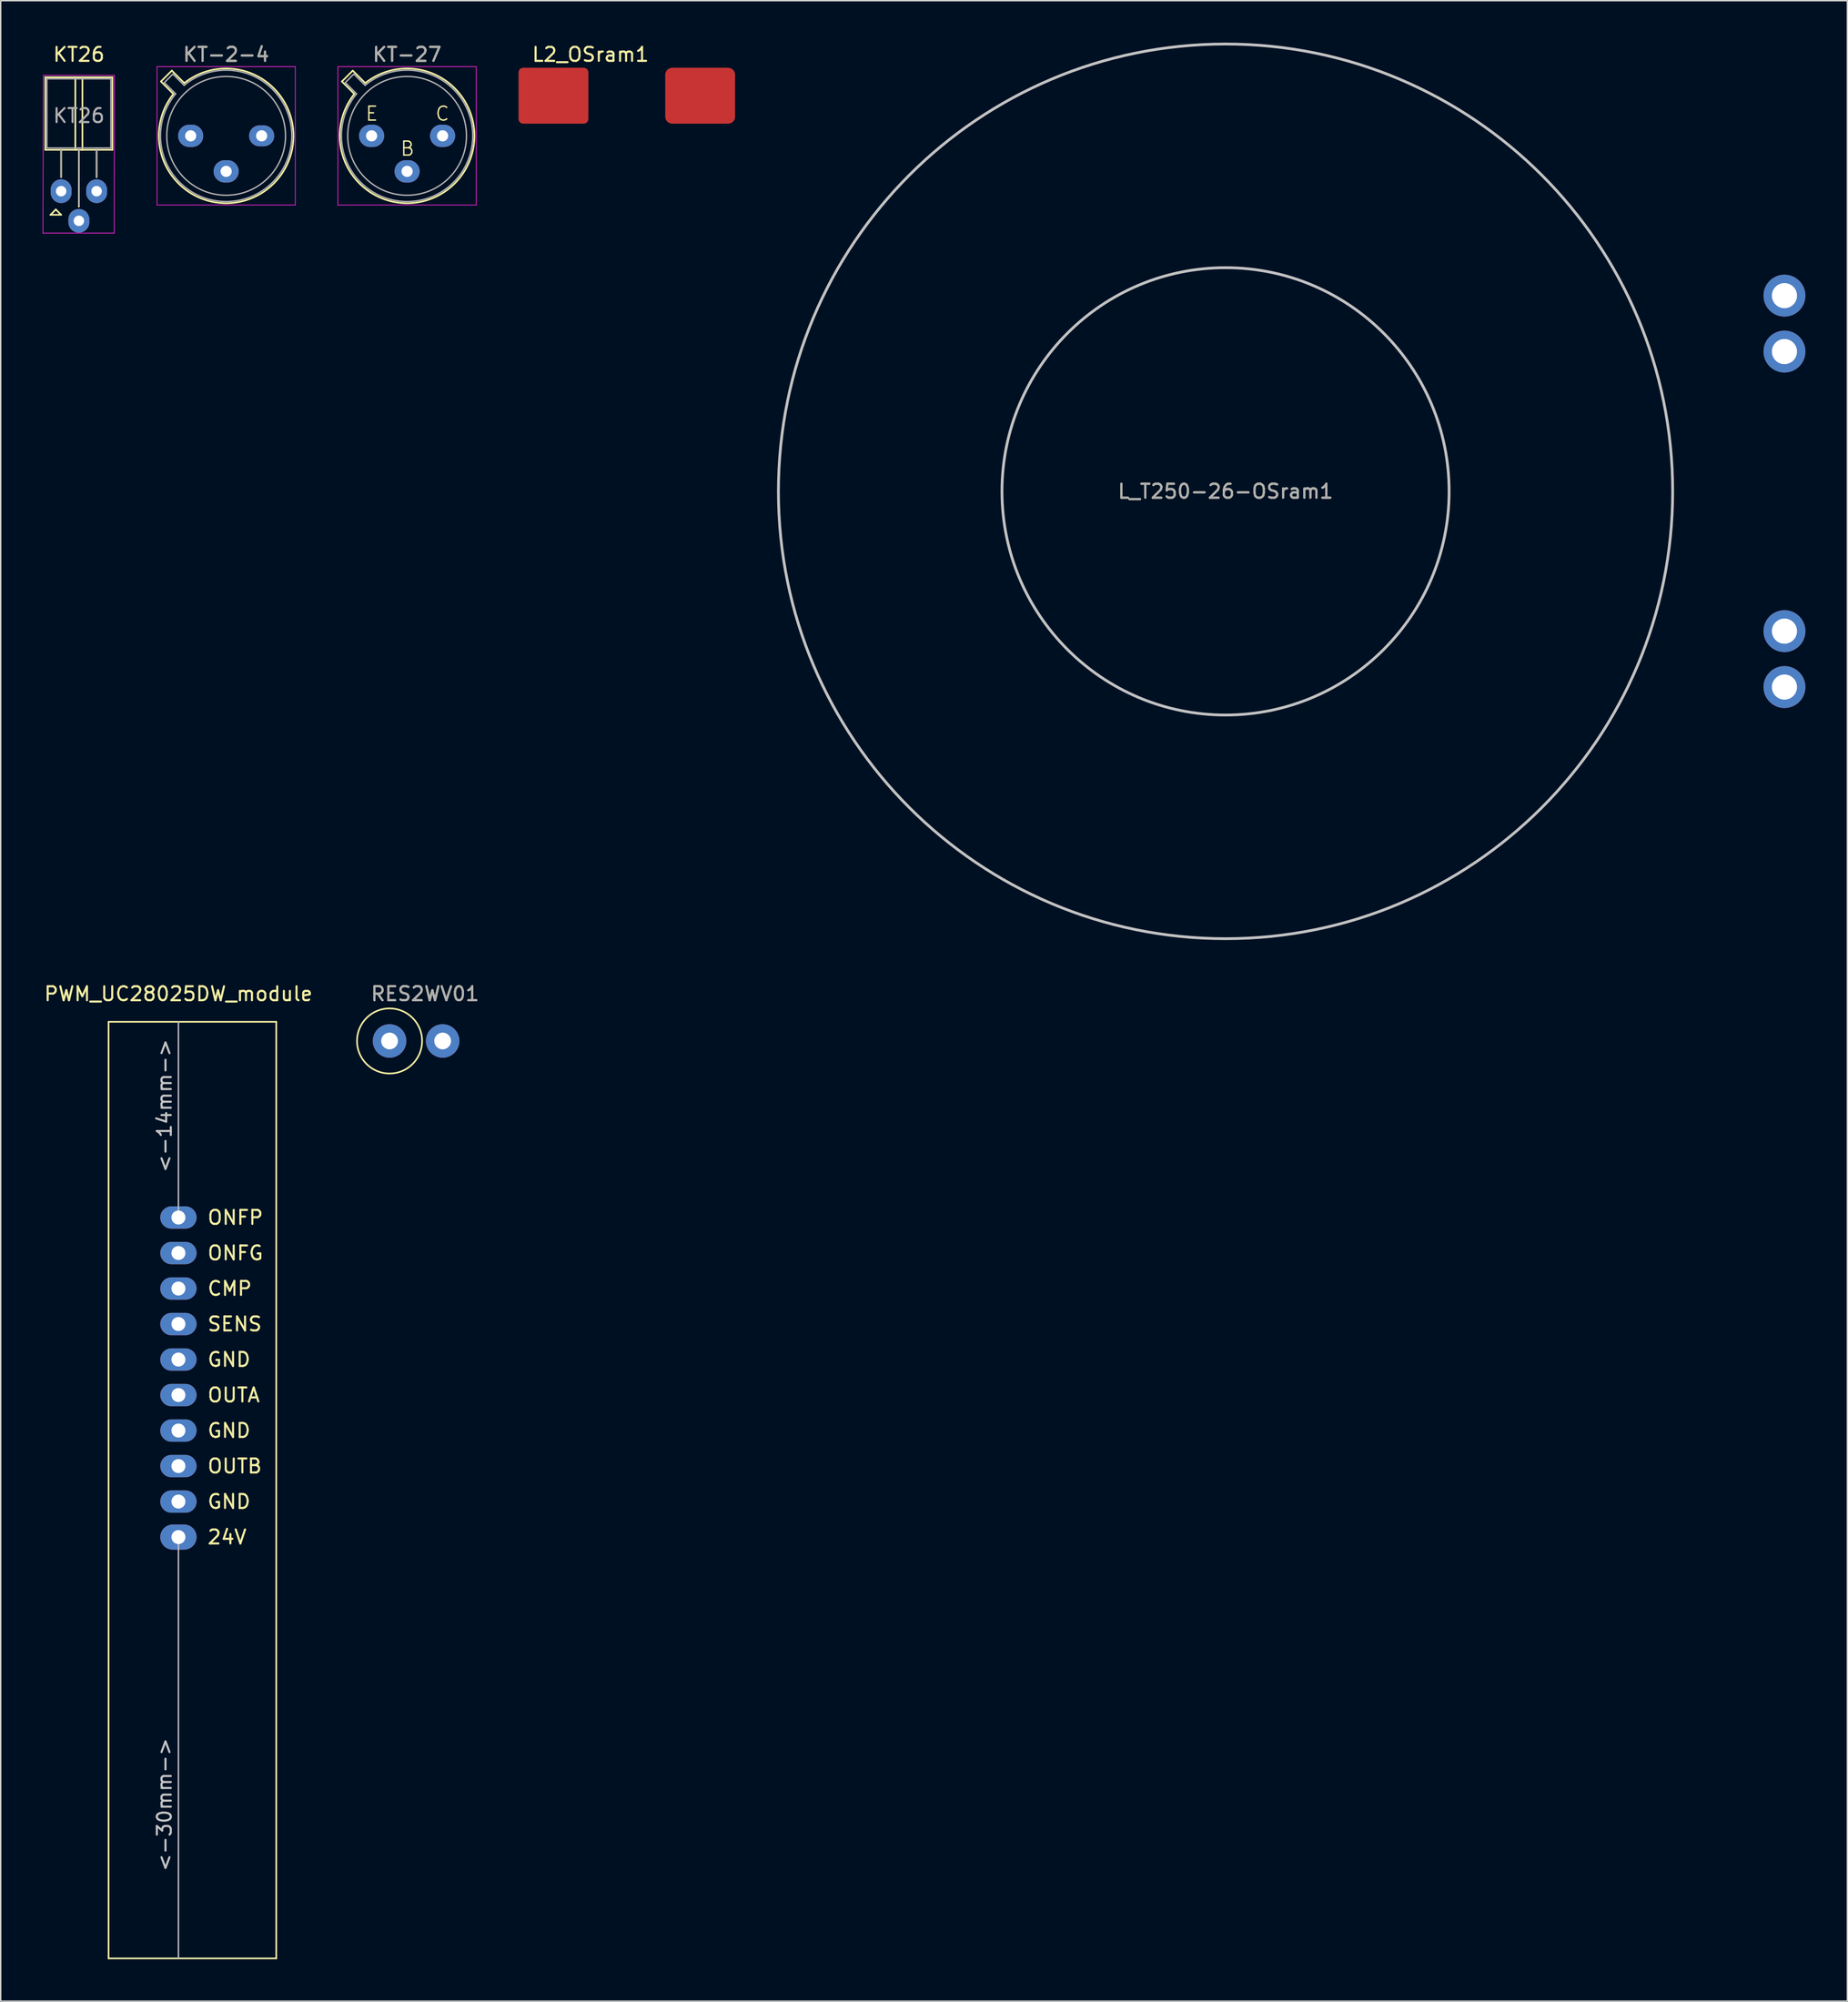
<source format=kicad_pcb>
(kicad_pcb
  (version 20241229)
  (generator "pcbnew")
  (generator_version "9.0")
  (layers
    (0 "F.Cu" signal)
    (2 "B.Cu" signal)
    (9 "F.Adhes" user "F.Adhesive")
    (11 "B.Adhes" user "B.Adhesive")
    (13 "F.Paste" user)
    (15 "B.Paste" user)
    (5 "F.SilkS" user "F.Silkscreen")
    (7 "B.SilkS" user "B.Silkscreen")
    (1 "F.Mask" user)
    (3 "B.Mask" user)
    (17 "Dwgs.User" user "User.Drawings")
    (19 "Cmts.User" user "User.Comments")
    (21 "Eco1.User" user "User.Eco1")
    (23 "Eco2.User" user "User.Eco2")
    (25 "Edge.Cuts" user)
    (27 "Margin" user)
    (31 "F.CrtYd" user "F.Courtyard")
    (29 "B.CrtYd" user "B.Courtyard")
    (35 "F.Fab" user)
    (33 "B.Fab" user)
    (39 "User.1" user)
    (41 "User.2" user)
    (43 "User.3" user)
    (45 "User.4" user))
  (footprint "L_T250-26-OSram1"
    (layer "F.Cu")
    (at 84.66 32.1)
    (property "Reference" "L_T250-26-OSram1" (at 0 0 0) (layer "F.SilkS") (effects (font (size 1 1) (thickness 0.15))))
    (attr through_hole)
    (fp_circle (center 0 0) (end 16 0) (stroke (width 0.2) (type default)) (fill no) (layer "Dwgs.User"))
    (fp_circle (center 0 0) (end 32 0) (stroke (width 0.2) (type default)) (fill no) (layer "Dwgs.User"))
    (fp_text user "${REFERENCE}" (at 0 0 0) (layer "F.Fab") (effects (font (size 1 1) (thickness 0.15))))
    (pad "1" thru_hole circle (at 40 10) (size 3 3) (drill 1.8) (layers "*.Cu" "*.Mask"))
    (pad "1" thru_hole circle (at 40 14) (size 3 3) (drill 1.8) (layers "*.Cu" "*.Mask"))
    (pad "2" thru_hole circle (at 40 -14) (size 3 3) (drill 1.8) (layers "*.Cu" "*.Mask"))
    (pad "2" thru_hole circle (at 40 -10) (size 3 3) (drill 1.8) (layers "*.Cu" "*.Mask")))
  (footprint "KT26"
    (layer "F.Cu")
    (at 1.325 10.627)
    (property "Reference" "KT26" (at 1.27 -9.779 0) (layer "F.SilkS") (effects (font (size 1 1) (thickness 0.15))))
    (attr through_hole)
    (fp_line (start -1.13 -8.15) (end -1.13 -2.96) (stroke (width 0.12) (type solid)) (layer "F.SilkS"))
    (fp_line (start -1.13 -2.96) (end 3.67 -2.96) (stroke (width 0.12) (type solid)) (layer "F.SilkS"))
    (fp_line (start -0.762 1.69) (end -0.381 1.31) (stroke (width 0.12) (type solid)) (layer "F.SilkS"))
    (fp_line (start -0.381 1.31) (end 0 1.69) (stroke (width 0.12) (type solid)) (layer "F.SilkS"))
    (fp_line (start 0 -1) (end 0 -2.96) (stroke (width 0.12) (type solid)) (layer "F.SilkS"))
    (fp_line (start 0 1.69) (end -0.762 1.69) (stroke (width 0.12) (type solid)) (layer "F.SilkS"))
    (fp_line (start 1.016 -2.96) (end 1.016 -8.04) (stroke (width 0.12) (type solid)) (layer "F.SilkS"))
    (fp_line (start 1.27 1.1) (end 1.27 -2.96) (stroke (width 0.12) (type solid)) (layer "F.SilkS"))
    (fp_line (start 1.524 -2.96) (end 1.524 -8.04) (stroke (width 0.12) (type solid)) (layer "F.SilkS"))
    (fp_line (start 2.54 -1) (end 2.54 -2.96) (stroke (width 0.12) (type solid)) (layer "F.SilkS"))
    (fp_line (start 3.67 -8.15) (end -1.13 -8.15) (stroke (width 0.12) (type solid)) (layer "F.SilkS"))
    (fp_line (start 3.67 -2.96) (end 3.67 -8.15) (stroke (width 0.12) (type solid)) (layer "F.SilkS"))
    (fp_line (start -1.27 -8.29) (end -1.3 3) (stroke (width 0.05) (type solid)) (layer "F.CrtYd"))
    (fp_line (start -1.27 -8.29) (end 3.81 -8.29) (stroke (width 0.05) (type solid)) (layer "F.CrtYd"))
    (fp_line (start 3.8 3) (end -1.3 3) (stroke (width 0.05) (type solid)) (layer "F.CrtYd"))
    (fp_line (start 3.8 3) (end 3.81 -8.29) (stroke (width 0.05) (type solid)) (layer "F.CrtYd"))
    (fp_line (start -1.02 -8.04) (end -1.02 -3.09) (stroke (width 0.1) (type solid)) (layer "F.Fab"))
    (fp_line (start -1.02 -3.09) (end 3.56 -3.09) (stroke (width 0.1) (type solid)) (layer "F.Fab"))
    (fp_line (start 0 -3.09) (end 0 -1) (stroke (width 0.1) (type solid)) (layer "F.Fab"))
    (fp_line (start 1.27 -3.09) (end 1.27 1) (stroke (width 0.1) (type solid)) (layer "F.Fab"))
    (fp_line (start 2.54 -3.09) (end 2.54 -1) (stroke (width 0.1) (type solid)) (layer "F.Fab"))
    (fp_line (start 3.56 -8.04) (end -1.02 -8.04) (stroke (width 0.1) (type solid)) (layer "F.Fab"))
    (fp_line (start 3.56 -3.09) (end 3.56 -8.04) (stroke (width 0.1) (type solid)) (layer "F.Fab"))
    (fp_text user "${REFERENCE}" (at 1.27 -5.4 0) (layer "F.Fab") (effects (font (size 1 1) (thickness 0.15))))
    (pad "1" thru_hole oval (at 2.54 0 270) (size 1.7 1.5) (drill 0.75) (layers "*.Cu" "*.Mask"))
    (pad "2" thru_hole oval (at 1.27 2.12 270) (size 1.7 1.5) (drill 0.75) (layers "*.Cu" "*.Mask"))
    (pad "3" thru_hole oval (at 0 0 270) (size 1.7 1.5) (drill 0.75) (layers "*.Cu" "*.Mask")))
  (footprint "KT-2-4"
    (layer "F.Cu")
    (at 10.595 6.668)
    (property "Reference" "KT-2-4" (at 2.54 -5.82 0) (layer "F.SilkS") (effects (font (size 1 1) (thickness 0.15))))
    (attr through_hole)
    (fp_line (start -2.126 -3.888) (end -1.235 -2.997) (stroke (width 0.12) (type solid)) (layer "F.SilkS"))
    (fp_line (start -1.348 -4.666) (end -2.126 -3.888) (stroke (width 0.12) (type solid)) (layer "F.SilkS"))
    (fp_line (start -0.457 -3.775) (end -1.348 -4.666) (stroke (width 0.12) (type solid)) (layer "F.SilkS"))
    (fp_arc (start -0.457084 -3.774902) (mid 5.948125 3.408384) (end -1.234674 -2.997371) (stroke (width 0.12) (type solid)) (layer "F.SilkS"))
    (fp_line (start -2.41 -4.95) (end -2.41 4.95) (stroke (width 0.05) (type solid)) (layer "F.CrtYd"))
    (fp_line (start -2.41 4.95) (end 7.49 4.95) (stroke (width 0.05) (type solid)) (layer "F.CrtYd"))
    (fp_line (start 7.49 -4.95) (end -2.41 -4.95) (stroke (width 0.05) (type solid)) (layer "F.CrtYd"))
    (fp_line (start 7.49 4.95) (end 7.49 -4.95) (stroke (width 0.05) (type solid)) (layer "F.CrtYd"))
    (fp_line (start -1.88 -3.812) (end -1.074 -3.005) (stroke (width 0.1) (type solid)) (layer "F.Fab"))
    (fp_line (start -1.272 -4.42) (end -1.88 -3.812) (stroke (width 0.1) (type solid)) (layer "F.Fab"))
    (fp_line (start -0.465 -3.614) (end -1.272 -4.42) (stroke (width 0.1) (type solid)) (layer "F.Fab"))
    (fp_arc (start -0.465408 -3.61352) (mid 5.863443 3.323361) (end -1.073594 -3.005319) (stroke (width 0.1) (type solid)) (layer "F.Fab"))
    (fp_circle (center 2.54 0) (end 6.79 0) (stroke (width 0.1) (type solid)) (fill no) (layer "F.Fab"))
    (fp_text user "${REFERENCE}" (at 2.54 -5.82 0) (layer "F.Fab") (effects (font (size 1 1) (thickness 0.15))))
    (pad "1" thru_hole oval (at 5.08 0) (size 1.8 1.5) (drill 0.8) (layers "*.Cu" "*.Mask"))
    (pad "2" thru_hole oval (at 2.54 2.54) (size 1.8 1.6) (drill 0.8) (layers "*.Cu" "*.Mask"))
    (pad "3" thru_hole oval (at 0 0) (size 1.8 1.6) (drill 0.8) (layers "*.Cu" "*.Mask")))
  (footprint "RES2WV01"
    (layer "F.Cu")
    (at 24.83 71.418)
    (property "Reference" "RES2WV01" (at 2.54 -3.37 0) (layer "F.SilkS") (effects (font (size 1 1) (thickness 0.15))))
    (attr through_hole)
    (fp_circle (center 0 0) (end 2.33 0) (stroke (width 0.12) (type solid)) (fill no) (layer "F.SilkS"))
    (fp_text user "${REFERENCE}" (at 2.54 -3.37 0) (layer "F.Fab") (effects (font (size 1 1) (thickness 0.15))))
    (pad "1" thru_hole circle (at 0 0) (size 2.4 2.4) (drill 1.2) (layers "*.Cu" "*.Mask"))
    (pad "2" thru_hole oval (at 3.8 0) (size 2.4 2.4) (drill 1.2) (layers "*.Cu" "*.Mask")))
  (footprint "KT-27"
    (layer "F.Cu")
    (at 23.545 6.668)
    (property "Reference" "KT-27" (at 2.54 -5.82 0) (layer "F.SilkS") (effects (font (size 1 1) (thickness 0.15))))
    (attr through_hole)
    (fp_line (start -2.126 -3.888) (end -1.235 -2.997) (stroke (width 0.12) (type solid)) (layer "F.SilkS"))
    (fp_line (start -1.348 -4.666) (end -2.126 -3.888) (stroke (width 0.12) (type solid)) (layer "F.SilkS"))
    (fp_line (start -0.457 -3.775) (end -1.348 -4.666) (stroke (width 0.12) (type solid)) (layer "F.SilkS"))
    (fp_arc (start -0.457084 -3.774902) (mid 5.948125 3.408384) (end -1.234674 -2.997371) (stroke (width 0.12) (type solid)) (layer "F.SilkS"))
    (fp_line (start -2.41 -4.95) (end -2.41 4.95) (stroke (width 0.05) (type solid)) (layer "F.CrtYd"))
    (fp_line (start -2.41 4.95) (end 7.49 4.95) (stroke (width 0.05) (type solid)) (layer "F.CrtYd"))
    (fp_line (start 7.49 -4.95) (end -2.41 -4.95) (stroke (width 0.05) (type solid)) (layer "F.CrtYd"))
    (fp_line (start 7.49 4.95) (end 7.49 -4.95) (stroke (width 0.05) (type solid)) (layer "F.CrtYd"))
    (fp_line (start -1.88 -3.812) (end -1.074 -3.005) (stroke (width 0.1) (type solid)) (layer "F.Fab"))
    (fp_line (start -1.272 -4.42) (end -1.88 -3.812) (stroke (width 0.1) (type solid)) (layer "F.Fab"))
    (fp_line (start -0.465 -3.614) (end -1.272 -4.42) (stroke (width 0.1) (type solid)) (layer "F.Fab"))
    (fp_arc (start -0.465408 -3.61352) (mid 5.863443 3.323361) (end -1.073594 -3.005319) (stroke (width 0.1) (type solid)) (layer "F.Fab"))
    (fp_circle (center 2.54 0) (end 6.79 0) (stroke (width 0.1) (type solid)) (fill no) (layer "F.Fab"))
    (fp_text user "B" (at 2 1.5 0) (unlocked yes) (layer "F.SilkS") (effects (font (size 1 1) (thickness 0.1)) (justify left bottom)))
    (fp_text user "E" (at -0.5 -1 0) (unlocked yes) (layer "F.SilkS") (effects (font (size 1 1) (thickness 0.1)) (justify left bottom)))
    (fp_text user "C" (at 4.5 -1 0) (unlocked yes) (layer "F.SilkS") (effects (font (size 1 1) (thickness 0.1)) (justify left bottom)))
    (fp_text user "${REFERENCE}" (at 2.54 -5.82 0) (layer "F.Fab") (effects (font (size 1 1) (thickness 0.15))))
    (pad "1" thru_hole oval (at 5.08 0) (size 1.8 1.6) (drill 0.8) (layers "*.Cu" "*.Mask"))
    (pad "2" thru_hole oval (at 2.54 2.54) (size 1.8 1.6) (drill 0.8) (layers "*.Cu" "*.Mask"))
    (pad "3" thru_hole oval (at 0 0) (size 1.8 1.6) (drill 0.8) (layers "*.Cu" "*.Mask")))
  (footprint "L2_OSram1"
    (layer "F.Cu")
    (at 36.56 3.798)
    (property "Reference" "L2_OSram1" (at 2.65 -2.95 0) (layer "F.SilkS") (effects (font (size 1 1) (thickness 0.15))))
    (pad "1" smd roundrect (at 0 0) (size 5 4) (layers "F.Cu" "F.Mask" "F.Paste") (roundrect_rratio 0.083))
    (pad "2" smd roundrect (at 10.5 0) (size 5 4) (layers "F.Cu" "F.Mask" "F.Paste") (roundrect_rratio 0.125)))
  (footprint "PWM_UC28025DW_module"
    (layer "F.Cu")
    (at 9.72 84.048)
    (property "Reference" "PWM_UC28025DW_module" (at 0 -16 0) (layer "F.SilkS") (effects (font (size 1 1) (thickness 0.15))))
    (attr through_hole)
    (fp_line (start -5 -14) (end 7 -14) (stroke (width 0.12) (type solid)) (layer "F.SilkS"))
    (fp_line (start -5 53) (end -5 -14) (stroke (width 0.12) (type solid)) (layer "F.SilkS"))
    (fp_line (start -5 53) (end 7 53) (stroke (width 0.12) (type solid)) (layer "F.SilkS"))
    (fp_line (start 7 -14) (end 7 53) (stroke (width 0.12) (type solid)) (layer "F.SilkS"))
    (fp_line (start 0 0) (end 0 -14) (stroke (width 0.1) (type solid)) (layer "Dwgs.User"))
    (fp_line (start 0 23) (end 0 53) (stroke (width 0.1) (type solid)) (layer "Dwgs.User"))
    (fp_line (start -0.32 -0.32) (end -0.32 0.32) (stroke (width 0.1) (type solid)) (layer "F.Fab"))
    (fp_line (start -0.32 2.22) (end -0.32 2.86) (stroke (width 0.1) (type solid)) (layer "F.Fab"))
    (fp_line (start -0.32 4.76) (end -0.32 5.4) (stroke (width 0.1) (type solid)) (layer "F.Fab"))
    (fp_line (start -0.32 7.3) (end -0.32 7.94) (stroke (width 0.1) (type solid)) (layer "F.Fab"))
    (fp_line (start -0.32 9.84) (end -0.32 10.48) (stroke (width 0.1) (type solid)) (layer "F.Fab"))
    (fp_line (start -0.32 12.38) (end -0.32 13.02) (stroke (width 0.1) (type solid)) (layer "F.Fab"))
    (fp_line (start -0.32 14.92) (end -0.32 15.56) (stroke (width 0.1) (type solid)) (layer "F.Fab"))
    (fp_line (start -0.32 17.46) (end -0.32 18.1) (stroke (width 0.1) (type solid)) (layer "F.Fab"))
    (fp_line (start -0.32 20) (end -0.32 20.64) (stroke (width 0.1) (type solid)) (layer "F.Fab"))
    (fp_text user "GND" (at 2 20.32 0) (unlocked yes) (layer "F.SilkS") (effects (font (size 1 1) (thickness 0.15)) (justify left)))
    (fp_text user "SENS" (at 2 7.62 0) (unlocked yes) (layer "F.SilkS") (effects (font (size 1 1) (thickness 0.15)) (justify left)))
    (fp_text user "ONFP" (at 2 0 0) (unlocked yes) (layer "F.SilkS") (effects (font (size 1 1) (thickness 0.15)) (justify left)))
    (fp_text user "CMP" (at 2 5.08 0) (unlocked yes) (layer "F.SilkS") (effects (font (size 1 1) (thickness 0.15)) (justify left)))
    (fp_text user "24V" (at 2 22.86 0) (unlocked yes) (layer "F.SilkS") (effects (font (size 1 1) (thickness 0.15)) (justify left)))
    (fp_text user "OUTB" (at 2 17.78 0) (unlocked yes) (layer "F.SilkS") (effects (font (size 1 1) (thickness 0.15)) (justify left)))
    (fp_text user "OUTA" (at 2 12.7 0) (unlocked yes) (layer "F.SilkS") (effects (font (size 1 1) (thickness 0.15)) (justify left)))
    (fp_text user "ONFG" (at 2 2.54 0) (unlocked yes) (layer "F.SilkS") (effects (font (size 1 1) (thickness 0.15)) (justify left)))
    (fp_text user "GND" (at 2 15.24 0) (unlocked yes) (layer "F.SilkS") (effects (font (size 1 1) (thickness 0.15)) (justify left)))
    (fp_text user "GND" (at 2 10.16 0) (unlocked yes) (layer "F.SilkS") (effects (font (size 1 1) (thickness 0.15)) (justify left)))
    (fp_text user "<-14mm->" (at -1 -8 90) (unlocked yes) (layer "Dwgs.User") (effects (font (size 1 1) (thickness 0.15))))
    (fp_text user "<-30mm->" (at -1 42 90) (unlocked yes) (layer "Dwgs.User") (effects (font (size 1 1) (thickness 0.15))))
    (pad "1" thru_hole oval (at 0 22.86) (size 2.6 1.8) (drill 1) (layers "*.Cu" "*.Mask"))
    (pad "2" thru_hole oval (at 0 20.32) (size 2.6 1.6) (drill 1) (layers "*.Cu" "*.Mask"))
    (pad "3" thru_hole oval (at 0 17.78) (size 2.6 1.6) (drill 1) (layers "*.Cu" "*.Mask"))
    (pad "4" thru_hole oval (at 0 15.24) (size 2.6 1.6) (drill 1) (layers "*.Cu" "*.Mask"))
    (pad "5" thru_hole oval (at 0 12.7) (size 2.6 1.6) (drill 1) (layers "*.Cu" "*.Mask"))
    (pad "6" thru_hole oval (at 0 10.16) (size 2.6 1.6) (drill 1) (layers "*.Cu" "*.Mask"))
    (pad "7" thru_hole oval (at 0 7.62) (size 2.6 1.6) (drill 1) (layers "*.Cu" "*.Mask"))
    (pad "8" thru_hole oval (at 0 5.08) (size 2.6 1.6) (drill 1) (layers "*.Cu" "*.Mask"))
    (pad "9" thru_hole oval (at 0 2.54) (size 2.6 1.6) (drill 1) (layers "*.Cu" "*.Mask"))
    (pad "10" thru_hole oval (at 0 0) (size 2.6 1.6) (drill 1) (layers "*.Cu" "*.Mask")))
  (gr_rect
    (start -3 -3)
    (end 129.16 140.108)
    (stroke (width 0.1) (type default))
    (fill no)
    (layer "Edge.Cuts")))
</source>
